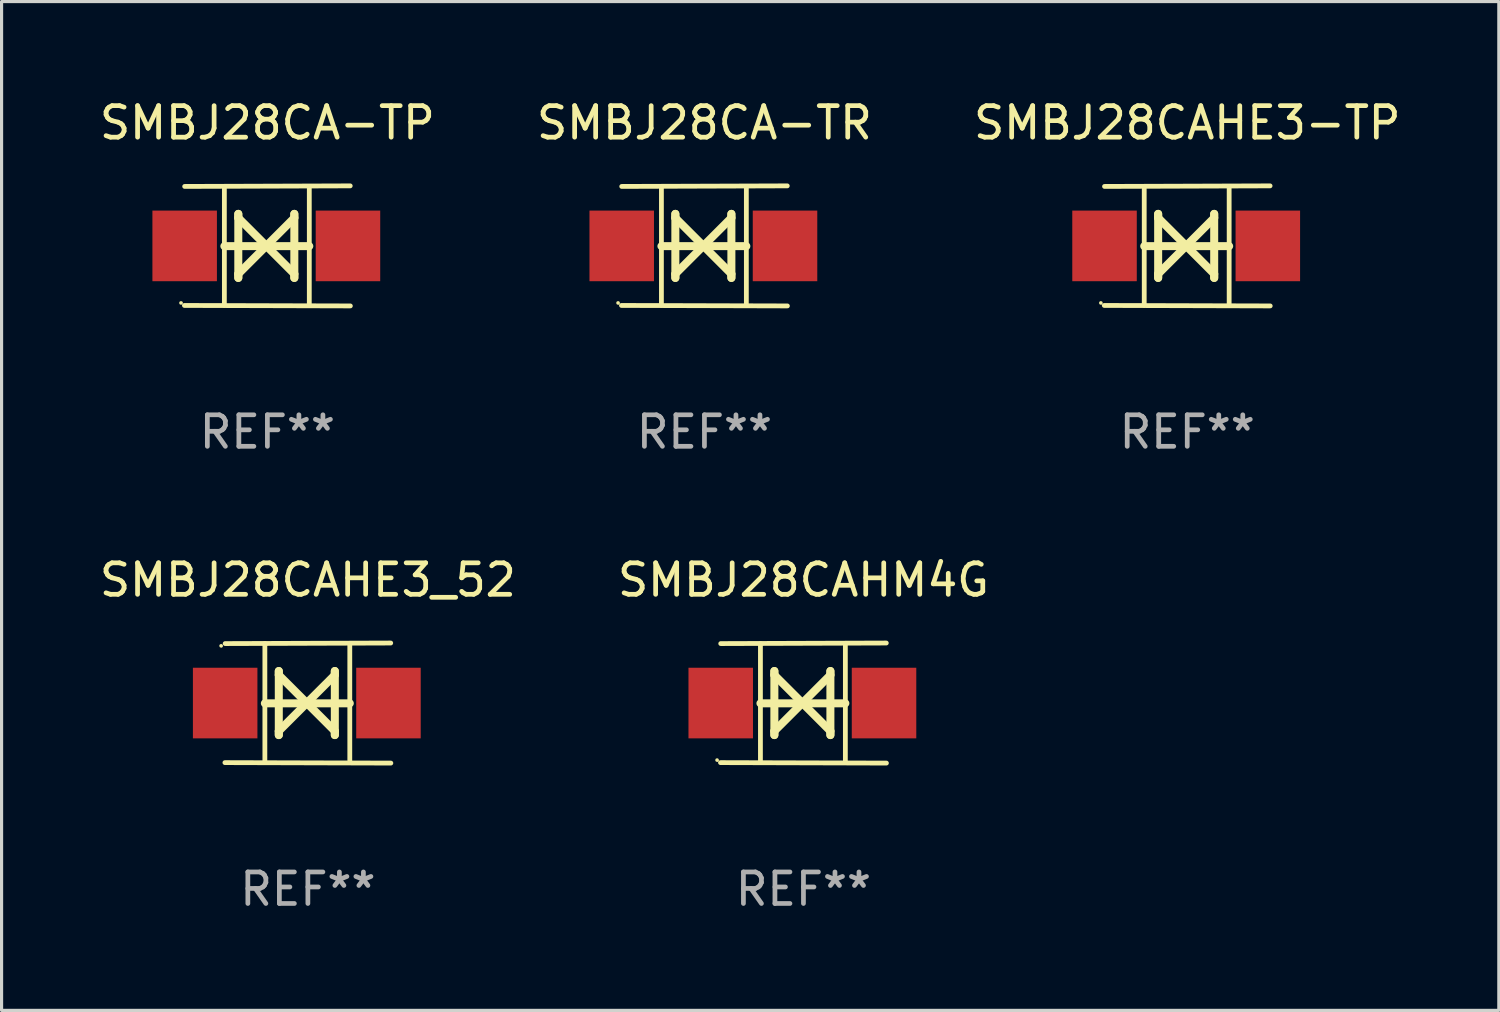
<source format=kicad_pcb>
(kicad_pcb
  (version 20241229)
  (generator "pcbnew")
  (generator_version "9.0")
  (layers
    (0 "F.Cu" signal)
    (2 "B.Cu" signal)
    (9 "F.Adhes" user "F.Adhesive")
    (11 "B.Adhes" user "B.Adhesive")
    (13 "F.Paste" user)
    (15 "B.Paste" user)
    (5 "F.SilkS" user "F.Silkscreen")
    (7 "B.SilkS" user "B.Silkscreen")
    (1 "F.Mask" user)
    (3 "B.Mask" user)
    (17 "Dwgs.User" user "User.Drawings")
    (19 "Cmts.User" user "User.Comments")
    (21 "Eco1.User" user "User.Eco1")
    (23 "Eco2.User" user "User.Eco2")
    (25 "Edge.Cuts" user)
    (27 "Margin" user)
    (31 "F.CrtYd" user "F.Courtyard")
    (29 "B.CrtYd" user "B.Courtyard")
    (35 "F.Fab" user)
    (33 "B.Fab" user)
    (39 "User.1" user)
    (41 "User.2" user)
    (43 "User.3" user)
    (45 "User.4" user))
  (footprint "SMBJ28CAHM4G"
    (layer "F.Cu")
    (at 22.446 19.26)
    (property "Reference" "SMBJ28CAHM4G" (at 0 -3.905 0) (layer "F.SilkS") (effects (font (size 1 1) (thickness 0.15))))
    (attr through_hole)
    (fp_line (start -1.365 1.886) (end -1.365 -1.886) (stroke (width 0.152) (type solid)) (layer "F.SilkS"))
    (fp_line (start -1.365 0.008) (end 1.33 0.008) (stroke (width 0.254) (type solid)) (layer "F.SilkS"))
    (fp_line (start -0.923 -1.016) (end -0.923 1.016) (stroke (width 0.254) (type solid)) (layer "F.SilkS"))
    (fp_line (start -0.923 -0.889) (end -0.923 -1.016) (stroke (width 0.254) (type solid)) (layer "F.SilkS"))
    (fp_line (start -0.923 0.889) (end -0.034 0) (stroke (width 0.254) (type solid)) (layer "F.SilkS"))
    (fp_line (start -0.923 1.016) (end -0.923 0.889) (stroke (width 0.254) (type solid)) (layer "F.SilkS"))
    (fp_line (start -0.034 0) (end -0.923 -0.889) (stroke (width 0.254) (type solid)) (layer "F.SilkS"))
    (fp_line (start -0.034 0) (end 0.855 0.889) (stroke (width 0.254) (type solid)) (layer "F.SilkS"))
    (fp_line (start 0.855 -1.016) (end 0.855 -0.889) (stroke (width 0.254) (type solid)) (layer "F.SilkS"))
    (fp_line (start 0.855 -0.889) (end -0.034 0) (stroke (width 0.254) (type solid)) (layer "F.SilkS"))
    (fp_line (start 0.855 0.889) (end 0.855 1.016) (stroke (width 0.254) (type solid)) (layer "F.SilkS"))
    (fp_line (start 0.855 1.016) (end 0.855 -1.016) (stroke (width 0.254) (type solid)) (layer "F.SilkS"))
    (fp_line (start 1.33 1.886) (end 1.33 -1.886) (stroke (width 0.152) (type solid)) (layer "F.SilkS"))
    (fp_line (start 2.629 -1.905) (end -2.625 -1.887) (stroke (width 0.152) (type solid)) (layer "F.SilkS"))
    (fp_line (start 2.633 1.905) (end -2.633 1.89) (stroke (width 0.152) (type solid)) (layer "F.SilkS"))
    (fp_circle (center -2.741 1.81) (end -2.711 1.81) (stroke (width 0.06) (type solid)) (fill no) (layer "F.SilkS"))
    (fp_text user "REF**" (at 0 5.905 0) (layer "F.Fab") (effects (font (size 1 1) (thickness 0.15))))
    (pad "1" smd rect (at -2.625 0) (size 2.047 2.241) (layers "F.Cu" "F.Mask" "F.Paste"))
    (pad "2" smd rect (at 2.557 0) (size 2.047 2.241) (layers "F.Cu" "F.Mask" "F.Paste")))
  (footprint "SMBJ28CAHE3-TP"
    (layer "F.Cu")
    (at 34.625 4.753)
    (property "Reference" "SMBJ28CAHE3-TP" (at 0 -3.905 0) (layer "F.SilkS") (effects (font (size 1 1) (thickness 0.15))))
    (attr through_hole)
    (fp_line (start -1.365 1.886) (end -1.365 -1.886) (stroke (width 0.152) (type solid)) (layer "F.SilkS"))
    (fp_line (start -1.365 0.008) (end 1.33 0.008) (stroke (width 0.254) (type solid)) (layer "F.SilkS"))
    (fp_line (start -0.923 -1.016) (end -0.923 1.016) (stroke (width 0.254) (type solid)) (layer "F.SilkS"))
    (fp_line (start -0.923 -0.889) (end -0.923 -1.016) (stroke (width 0.254) (type solid)) (layer "F.SilkS"))
    (fp_line (start -0.923 0.889) (end -0.034 0) (stroke (width 0.254) (type solid)) (layer "F.SilkS"))
    (fp_line (start -0.923 1.016) (end -0.923 0.889) (stroke (width 0.254) (type solid)) (layer "F.SilkS"))
    (fp_line (start -0.034 0) (end -0.923 -0.889) (stroke (width 0.254) (type solid)) (layer "F.SilkS"))
    (fp_line (start -0.034 0) (end 0.855 0.889) (stroke (width 0.254) (type solid)) (layer "F.SilkS"))
    (fp_line (start 0.855 -1.016) (end 0.855 -0.889) (stroke (width 0.254) (type solid)) (layer "F.SilkS"))
    (fp_line (start 0.855 -0.889) (end -0.034 0) (stroke (width 0.254) (type solid)) (layer "F.SilkS"))
    (fp_line (start 0.855 0.889) (end 0.855 1.016) (stroke (width 0.254) (type solid)) (layer "F.SilkS"))
    (fp_line (start 0.855 1.016) (end 0.855 -1.016) (stroke (width 0.254) (type solid)) (layer "F.SilkS"))
    (fp_line (start 1.33 1.886) (end 1.33 -1.886) (stroke (width 0.152) (type solid)) (layer "F.SilkS"))
    (fp_line (start 2.629 -1.905) (end -2.625 -1.887) (stroke (width 0.152) (type solid)) (layer "F.SilkS"))
    (fp_line (start 2.633 1.905) (end -2.633 1.89) (stroke (width 0.152) (type solid)) (layer "F.SilkS"))
    (fp_circle (center -2.741 1.81) (end -2.711 1.81) (stroke (width 0.06) (type solid)) (fill no) (layer "F.SilkS"))
    (fp_text user "REF**" (at 0 5.905 0) (layer "F.Fab") (effects (font (size 1 1) (thickness 0.15))))
    (pad "1" smd rect (at -2.625 0) (size 2.047 2.241) (layers "F.Cu" "F.Mask" "F.Paste"))
    (pad "2" smd rect (at 2.557 0) (size 2.047 2.241) (layers "F.Cu" "F.Mask" "F.Paste")))
  (footprint "SMBJ28CA-TR"
    (layer "F.Cu")
    (at 19.304 4.753)
    (property "Reference" "SMBJ28CA-TR" (at 0 -3.905 0) (layer "F.SilkS") (effects (font (size 1 1) (thickness 0.15))))
    (attr through_hole)
    (fp_line (start -1.365 1.886) (end -1.365 -1.886) (stroke (width 0.152) (type solid)) (layer "F.SilkS"))
    (fp_line (start -1.365 0.008) (end 1.33 0.008) (stroke (width 0.254) (type solid)) (layer "F.SilkS"))
    (fp_line (start -0.923 -1.016) (end -0.923 1.016) (stroke (width 0.254) (type solid)) (layer "F.SilkS"))
    (fp_line (start -0.923 -0.889) (end -0.923 -1.016) (stroke (width 0.254) (type solid)) (layer "F.SilkS"))
    (fp_line (start -0.923 0.889) (end -0.034 0) (stroke (width 0.254) (type solid)) (layer "F.SilkS"))
    (fp_line (start -0.923 1.016) (end -0.923 0.889) (stroke (width 0.254) (type solid)) (layer "F.SilkS"))
    (fp_line (start -0.034 0) (end -0.923 -0.889) (stroke (width 0.254) (type solid)) (layer "F.SilkS"))
    (fp_line (start -0.034 0) (end 0.855 0.889) (stroke (width 0.254) (type solid)) (layer "F.SilkS"))
    (fp_line (start 0.855 -1.016) (end 0.855 -0.889) (stroke (width 0.254) (type solid)) (layer "F.SilkS"))
    (fp_line (start 0.855 -0.889) (end -0.034 0) (stroke (width 0.254) (type solid)) (layer "F.SilkS"))
    (fp_line (start 0.855 0.889) (end 0.855 1.016) (stroke (width 0.254) (type solid)) (layer "F.SilkS"))
    (fp_line (start 0.855 1.016) (end 0.855 -1.016) (stroke (width 0.254) (type solid)) (layer "F.SilkS"))
    (fp_line (start 1.33 1.886) (end 1.33 -1.886) (stroke (width 0.152) (type solid)) (layer "F.SilkS"))
    (fp_line (start 2.629 -1.905) (end -2.625 -1.887) (stroke (width 0.152) (type solid)) (layer "F.SilkS"))
    (fp_line (start 2.633 1.905) (end -2.633 1.89) (stroke (width 0.152) (type solid)) (layer "F.SilkS"))
    (fp_circle (center -2.741 1.81) (end -2.711 1.81) (stroke (width 0.06) (type solid)) (fill no) (layer "F.SilkS"))
    (fp_text user "REF**" (at 0 5.905 0) (layer "F.Fab") (effects (font (size 1 1) (thickness 0.15))))
    (pad "1" smd rect (at -2.625 0) (size 2.047 2.241) (layers "F.Cu" "F.Mask" "F.Paste"))
    (pad "2" smd rect (at 2.557 0) (size 2.047 2.241) (layers "F.Cu" "F.Mask" "F.Paste")))
  (footprint "SMBJ28CAHE3_52"
    (layer "F.Cu")
    (at 6.72 19.26)
    (property "Reference" "SMBJ28CAHE3_52" (at 0 -3.905 0) (layer "F.SilkS") (effects (font (size 1 1) (thickness 0.15))))
    (attr through_hole)
    (fp_line (start -1.365 1.886) (end -1.365 -1.886) (stroke (width 0.152) (type solid)) (layer "F.SilkS"))
    (fp_line (start -1.365 0.008) (end 1.33 0.008) (stroke (width 0.254) (type solid)) (layer "F.SilkS"))
    (fp_line (start -0.923 -1.016) (end -0.923 1.016) (stroke (width 0.254) (type solid)) (layer "F.SilkS"))
    (fp_line (start -0.923 -0.889) (end -0.923 -1.016) (stroke (width 0.254) (type solid)) (layer "F.SilkS"))
    (fp_line (start -0.923 0.889) (end -0.034 0) (stroke (width 0.254) (type solid)) (layer "F.SilkS"))
    (fp_line (start -0.923 1.016) (end -0.923 0.889) (stroke (width 0.254) (type solid)) (layer "F.SilkS"))
    (fp_line (start -0.034 0) (end -0.923 -0.889) (stroke (width 0.254) (type solid)) (layer "F.SilkS"))
    (fp_line (start -0.034 0) (end 0.855 0.889) (stroke (width 0.254) (type solid)) (layer "F.SilkS"))
    (fp_line (start 0.855 -1.016) (end 0.855 -0.889) (stroke (width 0.254) (type solid)) (layer "F.SilkS"))
    (fp_line (start 0.855 -0.889) (end -0.034 0) (stroke (width 0.254) (type solid)) (layer "F.SilkS"))
    (fp_line (start 0.855 0.889) (end 0.855 1.016) (stroke (width 0.254) (type solid)) (layer "F.SilkS"))
    (fp_line (start 0.855 1.016) (end 0.855 -1.016) (stroke (width 0.254) (type solid)) (layer "F.SilkS"))
    (fp_line (start 1.33 1.886) (end 1.33 -1.886) (stroke (width 0.152) (type solid)) (layer "F.SilkS"))
    (fp_line (start 2.629 -1.905) (end -2.625 -1.887) (stroke (width 0.152) (type solid)) (layer "F.SilkS"))
    (fp_line (start 2.633 1.905) (end -2.633 1.89) (stroke (width 0.152) (type solid)) (layer "F.SilkS"))
    (fp_circle (center -2.753 -1.816) (end -2.723 -1.816) (stroke (width 0.06) (type solid)) (fill no) (layer "F.SilkS"))
    (fp_text user "REF**" (at 0 5.905 0) (layer "F.Fab") (effects (font (size 1 1) (thickness 0.15))))
    (pad "1" smd rect (at -2.625 0) (size 2.047 2.241) (layers "F.Cu" "F.Mask" "F.Paste"))
    (pad "2" smd rect (at 2.557 0) (size 2.047 2.241) (layers "F.Cu" "F.Mask" "F.Paste")))
  (footprint "SMBJ28CA-TP"
    (layer "F.Cu")
    (at 5.435 4.753)
    (property "Reference" "SMBJ28CA-TP" (at 0 -3.905 0) (layer "F.SilkS") (effects (font (size 1 1) (thickness 0.15))))
    (attr through_hole)
    (fp_line (start -1.365 1.886) (end -1.365 -1.886) (stroke (width 0.152) (type solid)) (layer "F.SilkS"))
    (fp_line (start -1.365 0.008) (end 1.33 0.008) (stroke (width 0.254) (type solid)) (layer "F.SilkS"))
    (fp_line (start -0.923 -1.016) (end -0.923 1.016) (stroke (width 0.254) (type solid)) (layer "F.SilkS"))
    (fp_line (start -0.923 -0.889) (end -0.923 -1.016) (stroke (width 0.254) (type solid)) (layer "F.SilkS"))
    (fp_line (start -0.923 0.889) (end -0.034 0) (stroke (width 0.254) (type solid)) (layer "F.SilkS"))
    (fp_line (start -0.923 1.016) (end -0.923 0.889) (stroke (width 0.254) (type solid)) (layer "F.SilkS"))
    (fp_line (start -0.034 0) (end -0.923 -0.889) (stroke (width 0.254) (type solid)) (layer "F.SilkS"))
    (fp_line (start -0.034 0) (end 0.855 0.889) (stroke (width 0.254) (type solid)) (layer "F.SilkS"))
    (fp_line (start 0.855 -1.016) (end 0.855 -0.889) (stroke (width 0.254) (type solid)) (layer "F.SilkS"))
    (fp_line (start 0.855 -0.889) (end -0.034 0) (stroke (width 0.254) (type solid)) (layer "F.SilkS"))
    (fp_line (start 0.855 0.889) (end 0.855 1.016) (stroke (width 0.254) (type solid)) (layer "F.SilkS"))
    (fp_line (start 0.855 1.016) (end 0.855 -1.016) (stroke (width 0.254) (type solid)) (layer "F.SilkS"))
    (fp_line (start 1.33 1.886) (end 1.33 -1.886) (stroke (width 0.152) (type solid)) (layer "F.SilkS"))
    (fp_line (start 2.629 -1.905) (end -2.625 -1.887) (stroke (width 0.152) (type solid)) (layer "F.SilkS"))
    (fp_line (start 2.633 1.905) (end -2.633 1.89) (stroke (width 0.152) (type solid)) (layer "F.SilkS"))
    (fp_circle (center -2.741 1.81) (end -2.711 1.81) (stroke (width 0.06) (type solid)) (fill no) (layer "F.SilkS"))
    (fp_text user "REF**" (at 0 5.905 0) (layer "F.Fab") (effects (font (size 1 1) (thickness 0.15))))
    (pad "1" smd rect (at -2.625 0) (size 2.047 2.241) (layers "F.Cu" "F.Mask" "F.Paste"))
    (pad "2" smd rect (at 2.557 0) (size 2.047 2.241) (layers "F.Cu" "F.Mask" "F.Paste")))
  (gr_rect
    (start -3 -3)
    (end 44.512 29.013)
    (stroke (width 0.1) (type default))
    (fill no)
    (layer "Edge.Cuts")))
</source>
